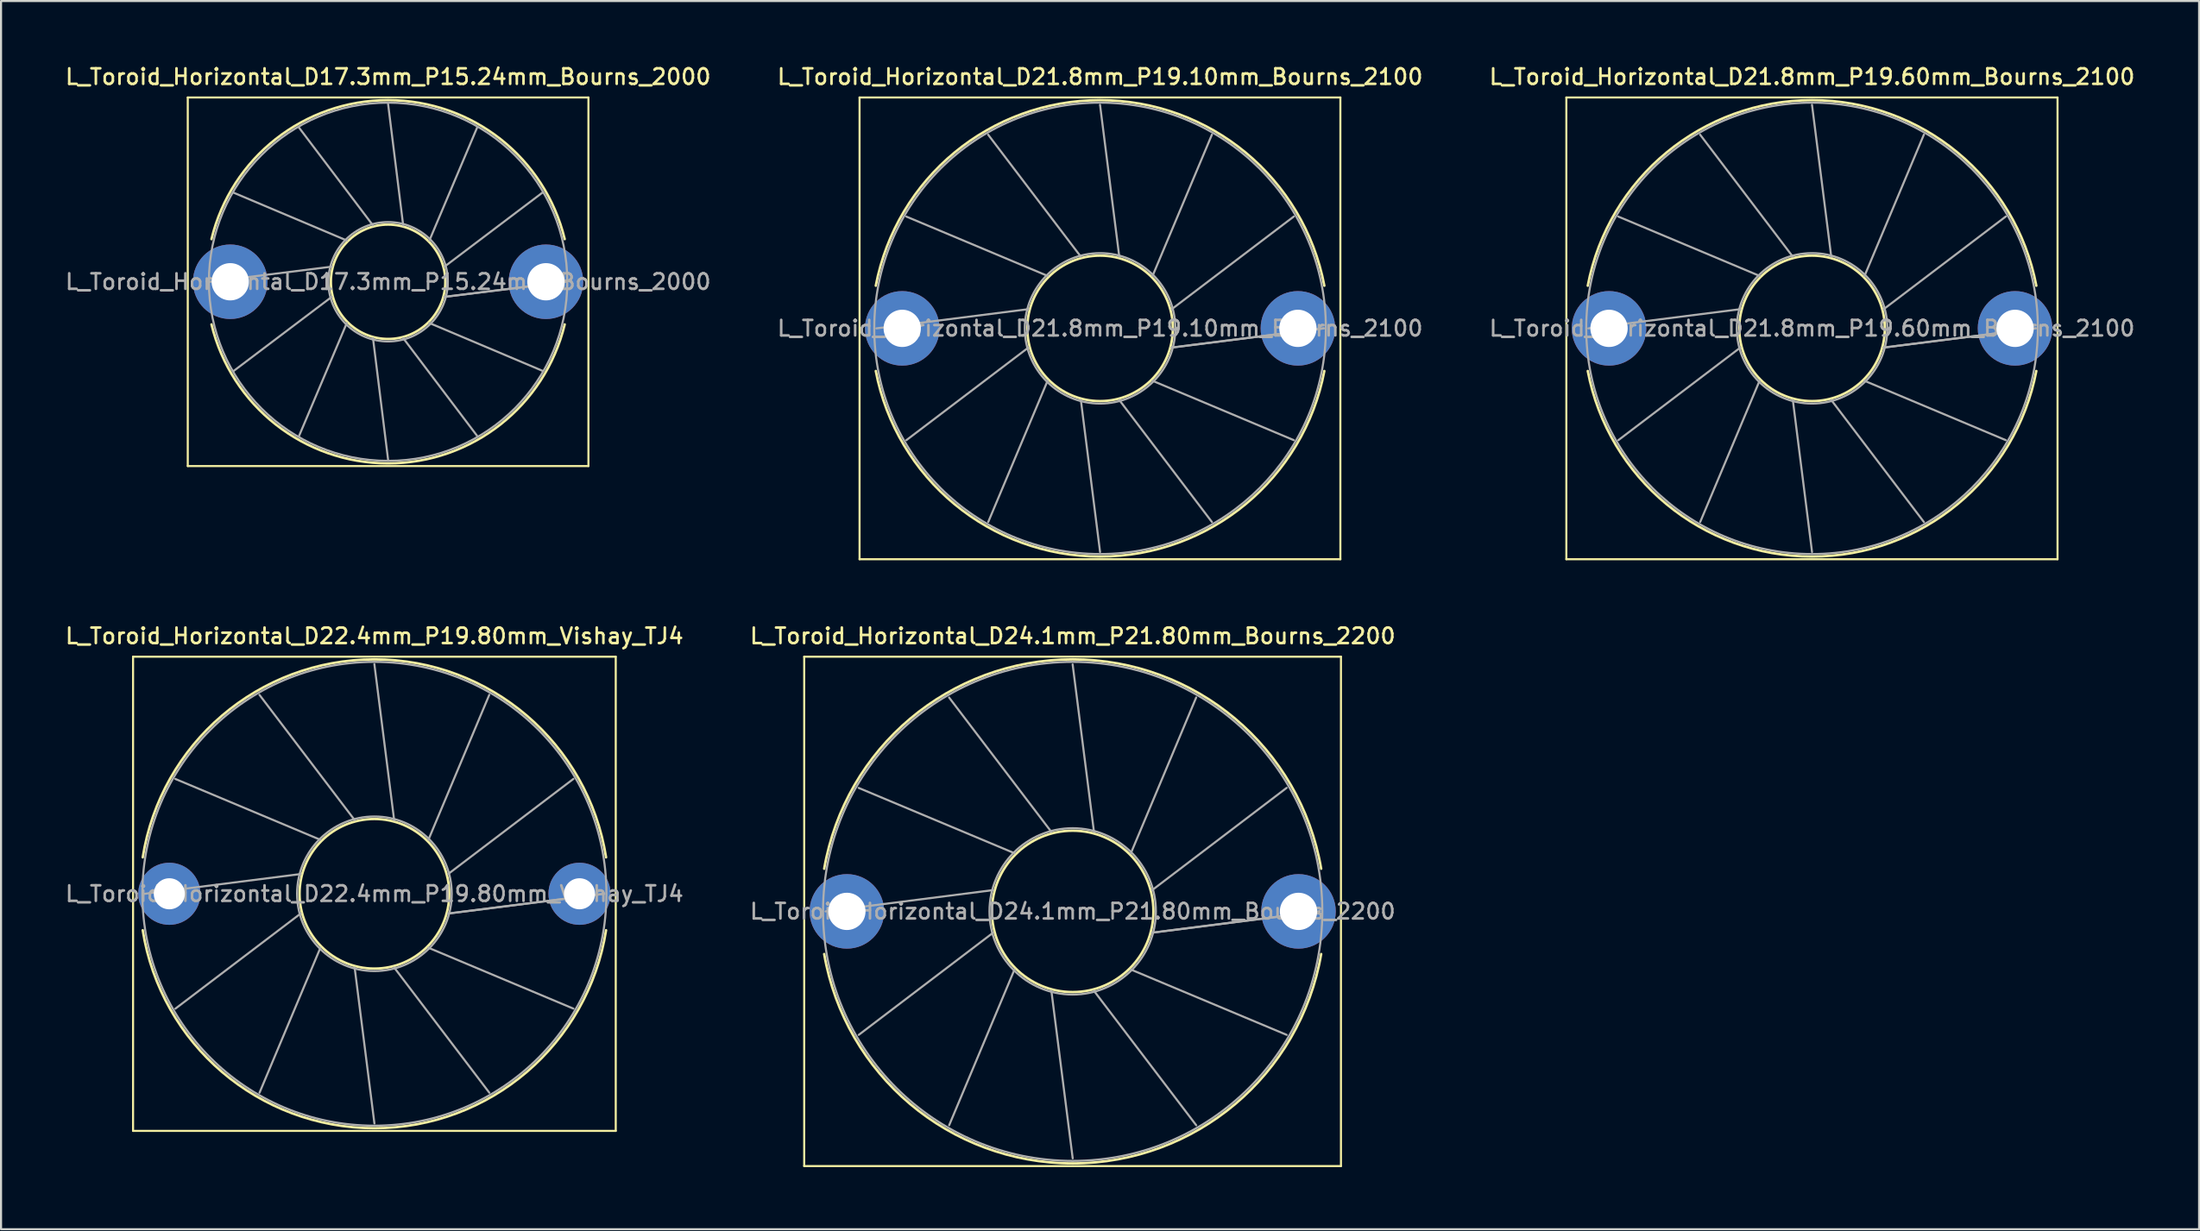
<source format=kicad_pcb>
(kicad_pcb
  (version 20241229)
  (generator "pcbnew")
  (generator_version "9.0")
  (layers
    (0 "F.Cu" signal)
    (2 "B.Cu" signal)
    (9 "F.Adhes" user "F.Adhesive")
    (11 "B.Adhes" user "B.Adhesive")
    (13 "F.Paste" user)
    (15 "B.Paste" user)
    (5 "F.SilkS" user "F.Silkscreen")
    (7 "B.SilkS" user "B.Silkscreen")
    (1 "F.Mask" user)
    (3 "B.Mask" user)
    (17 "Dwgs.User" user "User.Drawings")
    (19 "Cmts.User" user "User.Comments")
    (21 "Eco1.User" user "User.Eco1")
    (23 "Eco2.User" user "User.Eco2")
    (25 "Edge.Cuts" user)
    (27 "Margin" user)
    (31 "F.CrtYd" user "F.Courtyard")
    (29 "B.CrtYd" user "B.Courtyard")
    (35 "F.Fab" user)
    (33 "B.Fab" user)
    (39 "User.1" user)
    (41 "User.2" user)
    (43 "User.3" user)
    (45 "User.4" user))
  (footprint "L_Toroid_Horizontal_D24.1mm_P21.80mm_Bourns_2200"
    (layer "F.Cu")
    (at 37.83 40.966)
    (property "Reference" "L_Toroid_Horizontal_D24.1mm_P21.80mm_Bourns_2200" (at 10.9 -13.3 0) (layer "F.SilkS") (effects (font (size 0.75 0.75) (thickness 0.125))))
    (attr through_hole)
    (fp_line (start -2.06 -12.3) (end -2.06 12.3) (stroke (width 0.1) (type solid)) (layer "F.SilkS"))
    (fp_line (start -2.06 12.3) (end 23.85 12.3) (stroke (width 0.1) (type solid)) (layer "F.SilkS"))
    (fp_line (start 23.85 -12.3) (end -2.06 -12.3) (stroke (width 0.1) (type solid)) (layer "F.SilkS"))
    (fp_line (start 23.85 12.3) (end 23.85 -12.3) (stroke (width 0.1) (type solid)) (layer "F.SilkS"))
    (fp_arc (start -1.094386 -2.06) (mid 10.9 -12.17) (end 22.894386 -2.06) (stroke (width 0.12) (type solid)) (layer "F.SilkS"))
    (fp_arc (start 22.894386 2.06) (mid 10.9 12.17) (end -1.094386 2.06) (stroke (width 0.12) (type solid)) (layer "F.SilkS"))
    (fp_circle (center 10.9 0) (end 14.797 0) (stroke (width 0.12) (type solid)) (fill no) (layer "F.SilkS"))
    (fp_line (start -1.027 0.001) (end 7.061 -1.028) (stroke (width 0.1) (type solid)) (layer "F.Fab"))
    (fp_line (start 0.571 -5.962) (end 8.089 -2.81) (stroke (width 0.1) (type solid)) (layer "F.Fab"))
    (fp_line (start 0.572 5.964) (end 7.061 1.029) (stroke (width 0.1) (type solid)) (layer "F.Fab"))
    (fp_line (start 4.935 -10.328) (end 9.871 -3.839) (stroke (width 0.1) (type solid)) (layer "F.Fab"))
    (fp_line (start 4.937 10.329) (end 8.09 2.811) (stroke (width 0.1) (type solid)) (layer "F.Fab"))
    (fp_line (start 10.898 -11.927) (end 11.928 -3.839) (stroke (width 0.1) (type solid)) (layer "F.Fab"))
    (fp_line (start 10.901 11.927) (end 9.872 3.839) (stroke (width 0.1) (type solid)) (layer "F.Fab"))
    (fp_line (start 16.862 -10.33) (end 13.71 -2.811) (stroke (width 0.1) (type solid)) (layer "F.Fab"))
    (fp_line (start 16.864 10.329) (end 11.929 3.839) (stroke (width 0.1) (type solid)) (layer "F.Fab"))
    (fp_line (start 21.228 -5.965) (end 14.739 -1.029) (stroke (width 0.1) (type solid)) (layer "F.Fab"))
    (fp_line (start 21.229 5.963) (end 13.711 2.81) (stroke (width 0.1) (type solid)) (layer "F.Fab"))
    (fp_line (start 22.827 -0.002) (end 14.739 1.028) (stroke (width 0.1) (type solid)) (layer "F.Fab"))
    (fp_line (start 22.827 0) (end 14.739 1.029) (stroke (width 0.1) (type solid)) (layer "F.Fab"))
    (fp_circle (center 10.9 0) (end 14.917 0) (stroke (width 0.1) (type solid)) (fill no) (layer "F.Fab"))
    (fp_circle (center 10.9 0) (end 22.95 0) (stroke (width 0.1) (type solid)) (fill no) (layer "F.Fab"))
    (fp_text user "${REFERENCE}" (at 10.9 0 0) (layer "F.Fab") (effects (font (size 0.75 0.75) (thickness 0.125))))
    (pad "1" thru_hole circle (at 0 0) (size 3.6 3.6) (drill 1.8) (layers "*.Cu" "*.Mask"))
    (pad "2" thru_hole circle (at 21.8 0) (size 3.6 3.6) (drill 1.8) (layers "*.Cu" "*.Mask")))
  (footprint "L_Toroid_Horizontal_D22.4mm_P19.80mm_Vishay_TJ4"
    (layer "F.Cu")
    (at 5.123 40.116)
    (property "Reference" "L_Toroid_Horizontal_D22.4mm_P19.80mm_Vishay_TJ4" (at 9.9 -12.45 0) (layer "F.SilkS") (effects (font (size 0.75 0.75) (thickness 0.125))))
    (attr through_hole)
    (fp_line (start -1.75 -11.45) (end -1.75 11.45) (stroke (width 0.1) (type solid)) (layer "F.SilkS"))
    (fp_line (start -1.75 11.45) (end 21.55 11.45) (stroke (width 0.1) (type solid)) (layer "F.SilkS"))
    (fp_line (start 21.55 -11.45) (end -1.75 -11.45) (stroke (width 0.1) (type solid)) (layer "F.SilkS"))
    (fp_line (start 21.55 11.45) (end 21.55 -11.45) (stroke (width 0.1) (type solid)) (layer "F.SilkS"))
    (fp_arc (start -1.282343 -1.76) (mid 9.9 -11.32) (end 21.082343 -1.76) (stroke (width 0.12) (type solid)) (layer "F.SilkS"))
    (fp_arc (start 21.082343 1.76) (mid 9.9 11.32) (end -1.282343 1.76) (stroke (width 0.12) (type solid)) (layer "F.SilkS"))
    (fp_circle (center 9.9 0) (end 13.513 0) (stroke (width 0.12) (type solid)) (fill no) (layer "F.SilkS"))
    (fp_line (start -1.194 0.001) (end 6.34 -0.954) (stroke (width 0.1) (type solid)) (layer "F.Fab"))
    (fp_line (start 0.292 -5.546) (end 7.294 -2.606) (stroke (width 0.1) (type solid)) (layer "F.Fab"))
    (fp_line (start 0.293 5.548) (end 6.34 0.954) (stroke (width 0.1) (type solid)) (layer "F.Fab"))
    (fp_line (start 4.352 -9.607) (end 8.946 -3.56) (stroke (width 0.1) (type solid)) (layer "F.Fab"))
    (fp_line (start 4.354 9.608) (end 7.294 2.606) (stroke (width 0.1) (type solid)) (layer "F.Fab"))
    (fp_line (start 9.898 -11.094) (end 10.853 -3.56) (stroke (width 0.1) (type solid)) (layer "F.Fab"))
    (fp_line (start 9.901 11.094) (end 8.946 3.56) (stroke (width 0.1) (type solid)) (layer "F.Fab"))
    (fp_line (start 15.445 -9.608) (end 12.506 -2.607) (stroke (width 0.1) (type solid)) (layer "F.Fab"))
    (fp_line (start 15.447 9.607) (end 10.854 3.56) (stroke (width 0.1) (type solid)) (layer "F.Fab"))
    (fp_line (start 19.506 -5.548) (end 13.46 -0.955) (stroke (width 0.1) (type solid)) (layer "F.Fab"))
    (fp_line (start 19.507 5.547) (end 12.506 2.606) (stroke (width 0.1) (type solid)) (layer "F.Fab"))
    (fp_line (start 20.994 -0.002) (end 13.46 0.953) (stroke (width 0.1) (type solid)) (layer "F.Fab"))
    (fp_line (start 20.994 0) (end 13.46 0.954) (stroke (width 0.1) (type solid)) (layer "F.Fab"))
    (fp_circle (center 9.9 0) (end 13.633 0) (stroke (width 0.1) (type solid)) (fill no) (layer "F.Fab"))
    (fp_circle (center 9.9 0) (end 21.1 0) (stroke (width 0.1) (type solid)) (fill no) (layer "F.Fab"))
    (fp_text user "${REFERENCE}" (at 9.9 0 0) (layer "F.Fab") (effects (font (size 0.75 0.75) (thickness 0.125))))
    (pad "1" thru_hole circle (at 0 0) (size 3 3) (drill 1.5) (layers "*.Cu" "*.Mask"))
    (pad "2" thru_hole circle (at 19.8 0) (size 3 3) (drill 1.5) (layers "*.Cu" "*.Mask")))
  (footprint "L_Toroid_Horizontal_D21.8mm_P19.10mm_Bourns_2100"
    (layer "F.Cu")
    (at 40.502 12.808)
    (property "Reference" "L_Toroid_Horizontal_D21.8mm_P19.10mm_Bourns_2100" (at 9.55 -12.15 0) (layer "F.SilkS") (effects (font (size 0.75 0.75) (thickness 0.125))))
    (attr through_hole)
    (fp_line (start -2.06 -11.15) (end -2.06 11.15) (stroke (width 0.1) (type solid)) (layer "F.SilkS"))
    (fp_line (start -2.06 11.15) (end 21.15 11.15) (stroke (width 0.1) (type solid)) (layer "F.SilkS"))
    (fp_line (start 21.15 -11.15) (end -2.06 -11.15) (stroke (width 0.1) (type solid)) (layer "F.SilkS"))
    (fp_line (start 21.15 11.15) (end 21.15 -11.15) (stroke (width 0.1) (type solid)) (layer "F.SilkS"))
    (fp_arc (start -1.275747 -2.06) (mid 9.55 -11.02) (end 20.375747 -2.06) (stroke (width 0.12) (type solid)) (layer "F.SilkS"))
    (fp_arc (start 20.375747 2.06) (mid 9.55 11.02) (end -1.275747 2.06) (stroke (width 0.12) (type solid)) (layer "F.SilkS"))
    (fp_circle (center 9.55 0) (end 13.063 0) (stroke (width 0.12) (type solid)) (fill no) (layer "F.SilkS"))
    (fp_line (start -1.25 0.001) (end 6.088 -0.927) (stroke (width 0.1) (type solid)) (layer "F.Fab"))
    (fp_line (start 0.197 -5.399) (end 7.016 -2.534) (stroke (width 0.1) (type solid)) (layer "F.Fab"))
    (fp_line (start 0.198 5.401) (end 6.089 0.928) (stroke (width 0.1) (type solid)) (layer "F.Fab"))
    (fp_line (start 4.149 -9.352) (end 8.622 -3.461) (stroke (width 0.1) (type solid)) (layer "F.Fab"))
    (fp_line (start 4.151 9.353) (end 7.016 2.534) (stroke (width 0.1) (type solid)) (layer "F.Fab"))
    (fp_line (start 9.548 -10.8) (end 10.477 -3.462) (stroke (width 0.1) (type solid)) (layer "F.Fab"))
    (fp_line (start 9.55 10.8) (end 8.623 3.462) (stroke (width 0.1) (type solid)) (layer "F.Fab"))
    (fp_line (start 14.948 -9.354) (end 12.084 -2.534) (stroke (width 0.1) (type solid)) (layer "F.Fab"))
    (fp_line (start 14.95 9.353) (end 10.478 3.461) (stroke (width 0.1) (type solid)) (layer "F.Fab"))
    (fp_line (start 18.902 -5.401) (end 13.011 -0.928) (stroke (width 0.1) (type solid)) (layer "F.Fab"))
    (fp_line (start 18.903 5.4) (end 12.084 2.534) (stroke (width 0.1) (type solid)) (layer "F.Fab"))
    (fp_line (start 20.35 -0.002) (end 13.012 0.927) (stroke (width 0.1) (type solid)) (layer "F.Fab"))
    (fp_line (start 20.35 0) (end 13.011 0.927) (stroke (width 0.1) (type solid)) (layer "F.Fab"))
    (fp_circle (center 9.55 0) (end 13.183 0) (stroke (width 0.1) (type solid)) (fill no) (layer "F.Fab"))
    (fp_circle (center 9.55 0) (end 20.45 0) (stroke (width 0.1) (type solid)) (fill no) (layer "F.Fab"))
    (fp_text user "${REFERENCE}" (at 9.55 0 0) (layer "F.Fab") (effects (font (size 0.75 0.75) (thickness 0.125))))
    (pad "1" thru_hole circle (at 0 0) (size 3.6 3.6) (drill 1.8) (layers "*.Cu" "*.Mask"))
    (pad "2" thru_hole circle (at 19.1 0) (size 3.6 3.6) (drill 1.8) (layers "*.Cu" "*.Mask")))
  (footprint "L_Toroid_Horizontal_D17.3mm_P15.24mm_Bourns_2000"
    (layer "F.Cu")
    (at 8.064 10.558)
    (property "Reference" "L_Toroid_Horizontal_D17.3mm_P15.24mm_Bourns_2000" (at 7.62 -9.9 0) (layer "F.SilkS") (effects (font (size 0.75 0.75) (thickness 0.125))))
    (attr through_hole)
    (fp_line (start -2.05 -8.9) (end -2.05 8.9) (stroke (width 0.1) (type solid)) (layer "F.SilkS"))
    (fp_line (start -2.05 8.9) (end 17.29 8.9) (stroke (width 0.1) (type solid)) (layer "F.SilkS"))
    (fp_line (start 17.29 -8.9) (end -2.05 -8.9) (stroke (width 0.1) (type solid)) (layer "F.SilkS"))
    (fp_line (start 17.29 8.9) (end 17.29 -8.9) (stroke (width 0.1) (type solid)) (layer "F.SilkS"))
    (fp_arc (start -0.904629 -2.06) (mid 7.62 -8.77) (end 16.144629 -2.06) (stroke (width 0.12) (type solid)) (layer "F.SilkS"))
    (fp_arc (start 16.144629 2.06) (mid 7.62 8.77) (end -0.904629 2.06) (stroke (width 0.12) (type solid)) (layer "F.SilkS"))
    (fp_circle (center 7.62 0) (end 10.383 0) (stroke (width 0.12) (type solid)) (fill no) (layer "F.SilkS"))
    (fp_line (start -0.975 0.001) (end 4.897 -0.729) (stroke (width 0.1) (type solid)) (layer "F.Fab"))
    (fp_line (start 0.176 -4.296) (end 5.627 -1.993) (stroke (width 0.1) (type solid)) (layer "F.Fab"))
    (fp_line (start 0.177 4.298) (end 4.898 0.73) (stroke (width 0.1) (type solid)) (layer "F.Fab"))
    (fp_line (start 3.322 -7.443) (end 6.89 -2.722) (stroke (width 0.1) (type solid)) (layer "F.Fab"))
    (fp_line (start 3.323 7.443) (end 5.627 1.993) (stroke (width 0.1) (type solid)) (layer "F.Fab"))
    (fp_line (start 7.619 -8.595) (end 8.349 -2.723) (stroke (width 0.1) (type solid)) (layer "F.Fab"))
    (fp_line (start 7.62 8.595) (end 6.891 2.723) (stroke (width 0.1) (type solid)) (layer "F.Fab"))
    (fp_line (start 11.916 -7.444) (end 9.613 -1.993) (stroke (width 0.1) (type solid)) (layer "F.Fab"))
    (fp_line (start 11.918 7.443) (end 8.35 2.723) (stroke (width 0.1) (type solid)) (layer "F.Fab"))
    (fp_line (start 15.062 -4.299) (end 10.342 -0.73) (stroke (width 0.1) (type solid)) (layer "F.Fab"))
    (fp_line (start 15.063 4.297) (end 9.613 1.993) (stroke (width 0.1) (type solid)) (layer "F.Fab"))
    (fp_line (start 16.215 -0.002) (end 10.343 0.729) (stroke (width 0.1) (type solid)) (layer "F.Fab"))
    (fp_line (start 16.215 0) (end 10.343 0.729) (stroke (width 0.1) (type solid)) (layer "F.Fab"))
    (fp_circle (center 7.62 0) (end 10.503 0) (stroke (width 0.1) (type solid)) (fill no) (layer "F.Fab"))
    (fp_circle (center 7.62 0) (end 16.27 0) (stroke (width 0.1) (type solid)) (fill no) (layer "F.Fab"))
    (fp_text user "${REFERENCE}" (at 7.62 0 0) (layer "F.Fab") (effects (font (size 0.75 0.75) (thickness 0.125))))
    (pad "1" thru_hole circle (at 0 0) (size 3.6 3.6) (drill 1.8) (layers "*.Cu" "*.Mask"))
    (pad "2" thru_hole circle (at 15.24 0) (size 3.6 3.6) (drill 1.8) (layers "*.Cu" "*.Mask")))
  (footprint "L_Toroid_Horizontal_D21.8mm_P19.60mm_Bourns_2100"
    (layer "F.Cu")
    (at 74.62 12.808)
    (property "Reference" "L_Toroid_Horizontal_D21.8mm_P19.60mm_Bourns_2100" (at 9.8 -12.15 0) (layer "F.SilkS") (effects (font (size 0.75 0.75) (thickness 0.125))))
    (attr through_hole)
    (fp_line (start -2.06 -11.15) (end -2.06 11.15) (stroke (width 0.1) (type solid)) (layer "F.SilkS"))
    (fp_line (start -2.06 11.15) (end 21.65 11.15) (stroke (width 0.1) (type solid)) (layer "F.SilkS"))
    (fp_line (start 21.65 -11.15) (end -2.06 -11.15) (stroke (width 0.1) (type solid)) (layer "F.SilkS"))
    (fp_line (start 21.65 11.15) (end 21.65 -11.15) (stroke (width 0.1) (type solid)) (layer "F.SilkS"))
    (fp_arc (start -1.025747 -2.06) (mid 9.8 -11.02) (end 20.625747 -2.06) (stroke (width 0.12) (type solid)) (layer "F.SilkS"))
    (fp_arc (start 20.625747 2.06) (mid 9.8 11.02) (end -1.025747 2.06) (stroke (width 0.12) (type solid)) (layer "F.SilkS"))
    (fp_circle (center 9.8 0) (end 13.313 0) (stroke (width 0.12) (type solid)) (fill no) (layer "F.SilkS"))
    (fp_line (start -1 0.001) (end 6.338 -0.927) (stroke (width 0.1) (type solid)) (layer "F.Fab"))
    (fp_line (start 0.447 -5.399) (end 7.266 -2.534) (stroke (width 0.1) (type solid)) (layer "F.Fab"))
    (fp_line (start 0.448 5.401) (end 6.339 0.928) (stroke (width 0.1) (type solid)) (layer "F.Fab"))
    (fp_line (start 4.399 -9.352) (end 8.872 -3.461) (stroke (width 0.1) (type solid)) (layer "F.Fab"))
    (fp_line (start 4.401 9.353) (end 7.266 2.534) (stroke (width 0.1) (type solid)) (layer "F.Fab"))
    (fp_line (start 9.798 -10.8) (end 10.727 -3.462) (stroke (width 0.1) (type solid)) (layer "F.Fab"))
    (fp_line (start 9.8 10.8) (end 8.873 3.462) (stroke (width 0.1) (type solid)) (layer "F.Fab"))
    (fp_line (start 15.198 -9.354) (end 12.334 -2.534) (stroke (width 0.1) (type solid)) (layer "F.Fab"))
    (fp_line (start 15.2 9.353) (end 10.728 3.461) (stroke (width 0.1) (type solid)) (layer "F.Fab"))
    (fp_line (start 19.152 -5.401) (end 13.261 -0.928) (stroke (width 0.1) (type solid)) (layer "F.Fab"))
    (fp_line (start 19.153 5.4) (end 12.334 2.534) (stroke (width 0.1) (type solid)) (layer "F.Fab"))
    (fp_line (start 20.6 -0.002) (end 13.262 0.927) (stroke (width 0.1) (type solid)) (layer "F.Fab"))
    (fp_line (start 20.6 0) (end 13.261 0.927) (stroke (width 0.1) (type solid)) (layer "F.Fab"))
    (fp_circle (center 9.8 0) (end 13.433 0) (stroke (width 0.1) (type solid)) (fill no) (layer "F.Fab"))
    (fp_circle (center 9.8 0) (end 20.7 0) (stroke (width 0.1) (type solid)) (fill no) (layer "F.Fab"))
    (fp_text user "${REFERENCE}" (at 9.8 0 0) (layer "F.Fab") (effects (font (size 0.75 0.75) (thickness 0.125))))
    (pad "1" thru_hole circle (at 0 0) (size 3.6 3.6) (drill 1.8) (layers "*.Cu" "*.Mask"))
    (pad "2" thru_hole circle (at 19.6 0) (size 3.6 3.6) (drill 1.8) (layers "*.Cu" "*.Mask")))
  (gr_rect
    (start -3 -3)
    (end 103.104 56.316)
    (stroke (width 0.1) (type default))
    (fill no)
    (layer "Edge.Cuts")))
</source>
